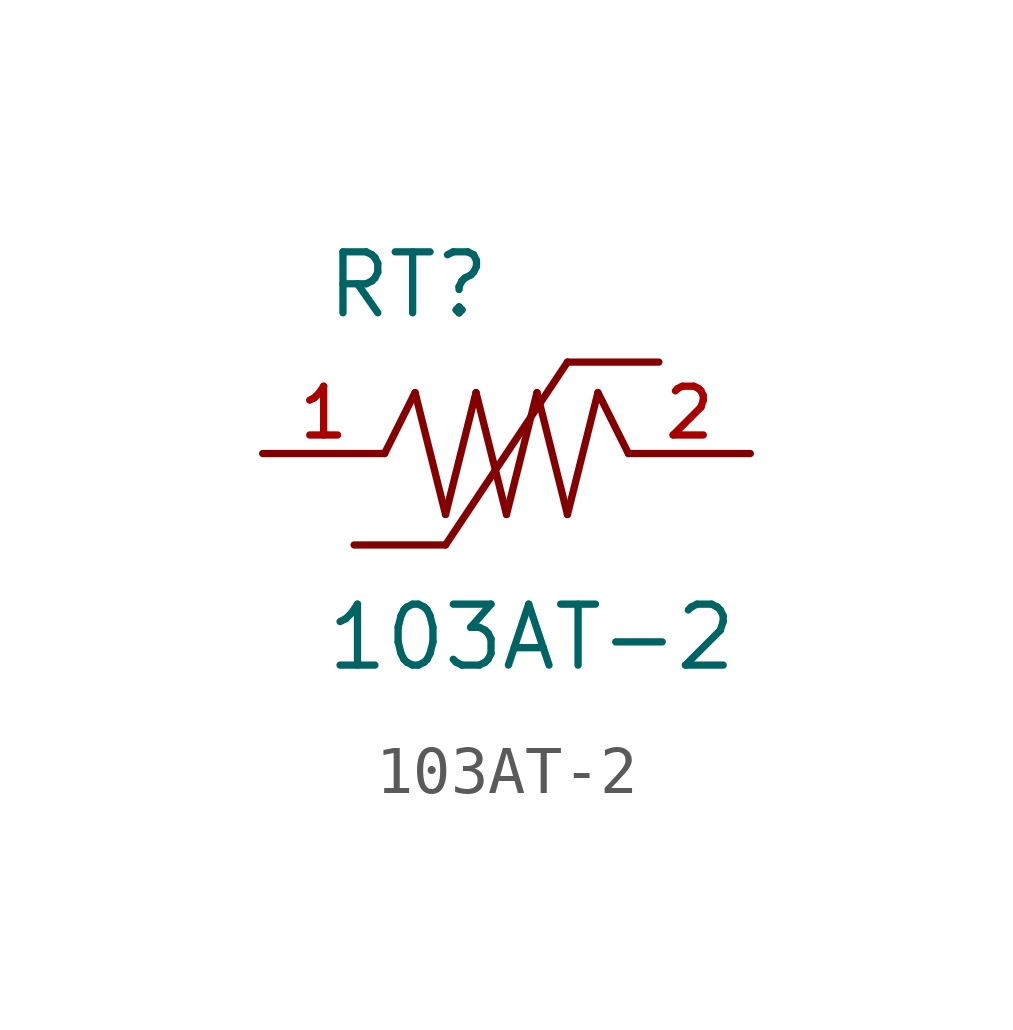
<source format=kicad_sym>
(kicad_symbol_lib
  (version 20211014)
  (generator kicad_symbol_editor)
  (symbol "103AT-2"
    (pin_names
      (offset 1.016))
    (property "Reference" "RT"
      (at -3.81 2.769 0)
      (effects (font (size 1.27 1.27)) (justify bottom left)))
    (property "Value" "103AT-2"
      (at -3.81 -4.572 0)
      (effects (font (size 1.27 1.27)) (justify bottom left)))
    (symbol "103AT-2_0_0"
      (polyline (pts (xy -2.54 0.0) (xy -1.905 1.27)) (stroke (width 0.152)))
      (polyline (pts (xy -1.905 1.27) (xy -1.27 -1.27)) (stroke (width 0.152)))
      (polyline (pts (xy -1.27 -1.27) (xy -0.635 1.27)) (stroke (width 0.152)))
      (polyline (pts (xy -0.635 1.27) (xy 0.0 -1.27)) (stroke (width 0.152)))
      (polyline (pts (xy 0.0 -1.27) (xy 0.635 1.27)) (stroke (width 0.152)))
      (polyline (pts (xy 0.635 1.27) (xy 1.27 -1.27)) (stroke (width 0.152)))
      (polyline (pts (xy 1.27 -1.27) (xy 1.905 1.27)) (stroke (width 0.152)))
      (polyline (pts (xy 1.905 1.27) (xy 2.54 0.0)) (stroke (width 0.152)))
      (polyline (pts (xy -3.175 -1.905) (xy -1.27 -1.905)) (stroke (width 0.152)))
      (polyline (pts (xy -1.27 -1.905) (xy 1.27 1.905)) (stroke (width 0.152)))
      (polyline (pts (xy 1.27 1.905) (xy 3.175 1.905)) (stroke (width 0.152)))
      (pin passive line (at 5.08 0.0 180.0) (length 2.54) (name "~" (effects (font (size 1.016 1.016)))) (number "2" (effects (font (size 1.016 1.016)))))
      (pin passive line (at -5.08 0.0 0) (length 2.54) (name "~" (effects (font (size 1.016 1.016)))) (number "1" (effects (font (size 1.016 1.016))))))))
</source>
